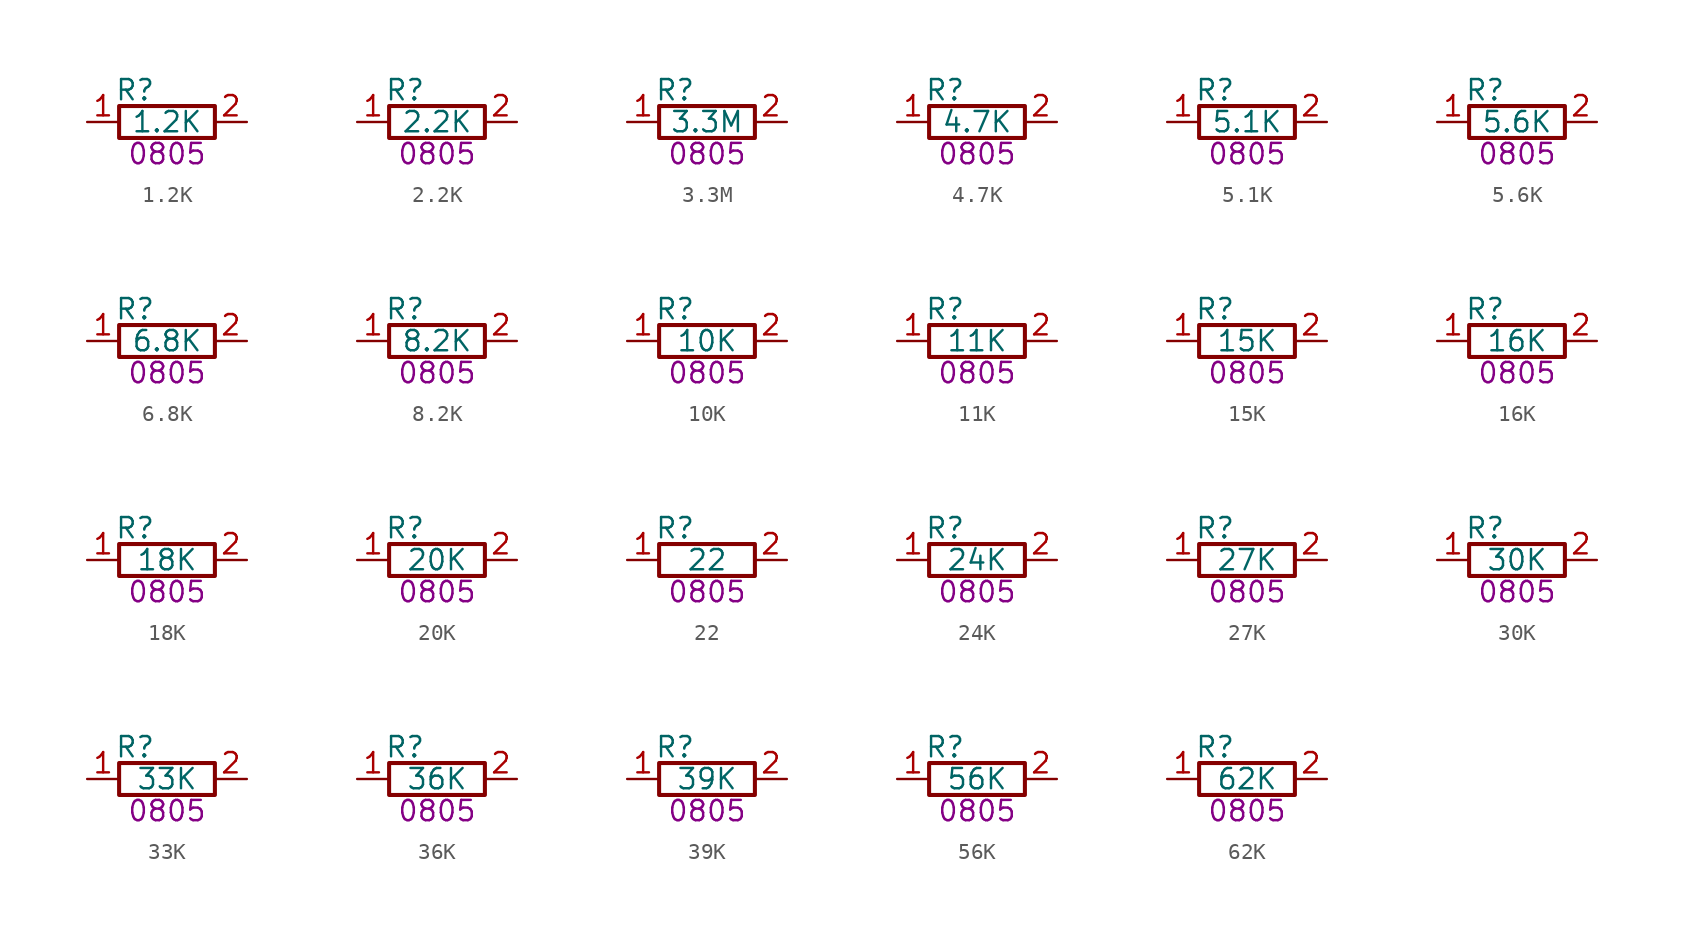
<source format=kicad_sym>
(kicad_symbol_lib
  (version 20211014)
  (generator kicad_symbol_editor)
  (symbol "1.2K"
    (property "Reference" "R"
      (at -2 1 0)
      (effects (font (size 1.27 1.27))))
    (property "Value" "1.2K"
      (at 0 -1 0)
      (effects (font (size 1.27 1.27))))
    (property "Size" "0805"
      (at 0 -3 0)
      (effects (font (size 1.27 1.27))))
    (symbol "1.2K_0_1"
      (rectangle (start -3 0) (end 3 -2) (stroke (width 0.254) (type default) (color 0 0 0 0)) (fill (type none))))
    (symbol "1.2K_1_1"
      (pin passive line (at -5 -1 0) (length 2) (name "~" (effects (font (size 1.27 1.27)))) (number "1" (effects (font (size 1.27 1.27)))))
      (pin passive line (at 5 -1 180) (length 2) (name "~" (effects (font (size 1.27 1.27)))) (number "2" (effects (font (size 1.27 1.27)))))))
  (symbol "2.2K"
    (property "Reference" "R"
      (at -2 1 0)
      (effects (font (size 1.27 1.27))))
    (property "Value" "2.2K"
      (at 0 -1 0)
      (effects (font (size 1.27 1.27))))
    (property "Size" "0805"
      (at 0 -3 0)
      (effects (font (size 1.27 1.27))))
    (symbol "2.2K_0_1"
      (rectangle (start -3 0) (end 3 -2) (stroke (width 0.254) (type default) (color 0 0 0 0)) (fill (type none))))
    (symbol "2.2K_1_1"
      (pin passive line (at -5 -1 0) (length 2) (name "~" (effects (font (size 1.27 1.27)))) (number "1" (effects (font (size 1.27 1.27)))))
      (pin passive line (at 5 -1 180) (length 2) (name "~" (effects (font (size 1.27 1.27)))) (number "2" (effects (font (size 1.27 1.27)))))))
  (symbol "3.3M"
    (property "Reference" "R"
      (at -2 1 0)
      (effects (font (size 1.27 1.27))))
    (property "Value" "3.3M"
      (at 0 -1 0)
      (effects (font (size 1.27 1.27))))
    (property "Size" "0805"
      (at 0 -3 0)
      (effects (font (size 1.27 1.27))))
    (symbol "3.3M_0_1"
      (rectangle (start -3 0) (end 3 -2) (stroke (width 0.254) (type default) (color 0 0 0 0)) (fill (type none))))
    (symbol "3.3M_1_1"
      (pin passive line (at -5 -1 0) (length 2) (name "~" (effects (font (size 1.27 1.27)))) (number "1" (effects (font (size 1.27 1.27)))))
      (pin passive line (at 5 -1 180) (length 2) (name "~" (effects (font (size 1.27 1.27)))) (number "2" (effects (font (size 1.27 1.27)))))))
  (symbol "4.7K"
    (property "Reference" "R"
      (at -2 1 0)
      (effects (font (size 1.27 1.27))))
    (property "Value" "4.7K"
      (at 0 -1 0)
      (effects (font (size 1.27 1.27))))
    (property "Size" "0805"
      (at 0 -3 0)
      (effects (font (size 1.27 1.27))))
    (symbol "4.7K_0_1"
      (rectangle (start -3 0) (end 3 -2) (stroke (width 0.254) (type default) (color 0 0 0 0)) (fill (type none))))
    (symbol "4.7K_1_1"
      (pin passive line (at -5 -1 0) (length 2) (name "~" (effects (font (size 1.27 1.27)))) (number "1" (effects (font (size 1.27 1.27)))))
      (pin passive line (at 5 -1 180) (length 2) (name "~" (effects (font (size 1.27 1.27)))) (number "2" (effects (font (size 1.27 1.27)))))))
  (symbol "5.1K"
    (property "Reference" "R"
      (at -2 1 0)
      (effects (font (size 1.27 1.27))))
    (property "Value" "5.1K"
      (at 0 -1 0)
      (effects (font (size 1.27 1.27))))
    (property "Size" "0805"
      (at 0 -3 0)
      (effects (font (size 1.27 1.27))))
    (symbol "5.1K_0_1"
      (rectangle (start -3 0) (end 3 -2) (stroke (width 0.254) (type default) (color 0 0 0 0)) (fill (type none))))
    (symbol "5.1K_1_1"
      (pin passive line (at -5 -1 0) (length 2) (name "~" (effects (font (size 1.27 1.27)))) (number "1" (effects (font (size 1.27 1.27)))))
      (pin passive line (at 5 -1 180) (length 2) (name "~" (effects (font (size 1.27 1.27)))) (number "2" (effects (font (size 1.27 1.27)))))))
  (symbol "5.6K"
    (property "Reference" "R"
      (at -2 1 0)
      (effects (font (size 1.27 1.27))))
    (property "Value" "5.6K"
      (at 0 -1 0)
      (effects (font (size 1.27 1.27))))
    (property "Size" "0805"
      (at 0 -3 0)
      (effects (font (size 1.27 1.27))))
    (symbol "5.6K_0_1"
      (rectangle (start -3 0) (end 3 -2) (stroke (width 0.254) (type default) (color 0 0 0 0)) (fill (type none))))
    (symbol "5.6K_1_1"
      (pin passive line (at -5 -1 0) (length 2) (name "~" (effects (font (size 1.27 1.27)))) (number "1" (effects (font (size 1.27 1.27)))))
      (pin passive line (at 5 -1 180) (length 2) (name "~" (effects (font (size 1.27 1.27)))) (number "2" (effects (font (size 1.27 1.27)))))))
  (symbol "6.8K"
    (property "Reference" "R"
      (at -2 1 0)
      (effects (font (size 1.27 1.27))))
    (property "Value" "6.8K"
      (at 0 -1 0)
      (effects (font (size 1.27 1.27))))
    (property "Size" "0805"
      (at 0 -3 0)
      (effects (font (size 1.27 1.27))))
    (symbol "6.8K_0_1"
      (rectangle (start -3 0) (end 3 -2) (stroke (width 0.254) (type default) (color 0 0 0 0)) (fill (type none))))
    (symbol "6.8K_1_1"
      (pin passive line (at -5 -1 0) (length 2) (name "~" (effects (font (size 1.27 1.27)))) (number "1" (effects (font (size 1.27 1.27)))))
      (pin passive line (at 5 -1 180) (length 2) (name "~" (effects (font (size 1.27 1.27)))) (number "2" (effects (font (size 1.27 1.27)))))))
  (symbol "8.2K"
    (property "Reference" "R"
      (at -2 1 0)
      (effects (font (size 1.27 1.27))))
    (property "Value" "8.2K"
      (at 0 -1 0)
      (effects (font (size 1.27 1.27))))
    (property "Size" "0805"
      (at 0 -3 0)
      (effects (font (size 1.27 1.27))))
    (symbol "8.2K_0_1"
      (rectangle (start -3 0) (end 3 -2) (stroke (width 0.254) (type default) (color 0 0 0 0)) (fill (type none))))
    (symbol "8.2K_1_1"
      (pin passive line (at -5 -1 0) (length 2) (name "~" (effects (font (size 1.27 1.27)))) (number "1" (effects (font (size 1.27 1.27)))))
      (pin passive line (at 5 -1 180) (length 2) (name "~" (effects (font (size 1.27 1.27)))) (number "2" (effects (font (size 1.27 1.27)))))))
  (symbol "10K"
    (property "Reference" "R"
      (at -2 1 0)
      (effects (font (size 1.27 1.27))))
    (property "Value" "10K"
      (at 0 -1 0)
      (effects (font (size 1.27 1.27))))
    (property "Size" "0805"
      (at 0 -3 0)
      (effects (font (size 1.27 1.27))))
    (symbol "10K_0_1"
      (rectangle (start -3 0) (end 3 -2) (stroke (width 0.254) (type default) (color 0 0 0 0)) (fill (type none))))
    (symbol "10K_1_1"
      (pin passive line (at -5 -1 0) (length 2) (name "~" (effects (font (size 1.27 1.27)))) (number "1" (effects (font (size 1.27 1.27)))))
      (pin passive line (at 5 -1 180) (length 2) (name "~" (effects (font (size 1.27 1.27)))) (number "2" (effects (font (size 1.27 1.27)))))))
  (symbol "11K"
    (property "Reference" "R"
      (at -2 1 0)
      (effects (font (size 1.27 1.27))))
    (property "Value" "11K"
      (at 0 -1 0)
      (effects (font (size 1.27 1.27))))
    (property "Size" "0805"
      (at 0 -3 0)
      (effects (font (size 1.27 1.27))))
    (symbol "11K_0_1"
      (rectangle (start -3 0) (end 3 -2) (stroke (width 0.254) (type default) (color 0 0 0 0)) (fill (type none))))
    (symbol "11K_1_1"
      (pin passive line (at -5 -1 0) (length 2) (name "~" (effects (font (size 1.27 1.27)))) (number "1" (effects (font (size 1.27 1.27)))))
      (pin passive line (at 5 -1 180) (length 2) (name "~" (effects (font (size 1.27 1.27)))) (number "2" (effects (font (size 1.27 1.27)))))))
  (symbol "15K"
    (property "Reference" "R"
      (at -2 1 0)
      (effects (font (size 1.27 1.27))))
    (property "Value" "15K"
      (at 0 -1 0)
      (effects (font (size 1.27 1.27))))
    (property "Size" "0805"
      (at 0 -3 0)
      (effects (font (size 1.27 1.27))))
    (symbol "15K_0_1"
      (rectangle (start -3 0) (end 3 -2) (stroke (width 0.254) (type default) (color 0 0 0 0)) (fill (type none))))
    (symbol "15K_1_1"
      (pin passive line (at -5 -1 0) (length 2) (name "~" (effects (font (size 1.27 1.27)))) (number "1" (effects (font (size 1.27 1.27)))))
      (pin passive line (at 5 -1 180) (length 2) (name "~" (effects (font (size 1.27 1.27)))) (number "2" (effects (font (size 1.27 1.27)))))))
  (symbol "16K"
    (property "Reference" "R"
      (at -2 1 0)
      (effects (font (size 1.27 1.27))))
    (property "Value" "16K"
      (at 0 -1 0)
      (effects (font (size 1.27 1.27))))
    (property "Size" "0805"
      (at 0 -3 0)
      (effects (font (size 1.27 1.27))))
    (symbol "16K_0_1"
      (rectangle (start -3 0) (end 3 -2) (stroke (width 0.254) (type default) (color 0 0 0 0)) (fill (type none))))
    (symbol "16K_1_1"
      (pin passive line (at -5 -1 0) (length 2) (name "~" (effects (font (size 1.27 1.27)))) (number "1" (effects (font (size 1.27 1.27)))))
      (pin passive line (at 5 -1 180) (length 2) (name "~" (effects (font (size 1.27 1.27)))) (number "2" (effects (font (size 1.27 1.27)))))))
  (symbol "18K"
    (property "Reference" "R"
      (at -2 1 0)
      (effects (font (size 1.27 1.27))))
    (property "Value" "18K"
      (at 0 -1 0)
      (effects (font (size 1.27 1.27))))
    (property "Size" "0805"
      (at 0 -3 0)
      (effects (font (size 1.27 1.27))))
    (symbol "18K_0_1"
      (rectangle (start -3 0) (end 3 -2) (stroke (width 0.254) (type default) (color 0 0 0 0)) (fill (type none))))
    (symbol "18K_1_1"
      (pin passive line (at -5 -1 0) (length 2) (name "~" (effects (font (size 1.27 1.27)))) (number "1" (effects (font (size 1.27 1.27)))))
      (pin passive line (at 5 -1 180) (length 2) (name "~" (effects (font (size 1.27 1.27)))) (number "2" (effects (font (size 1.27 1.27)))))))
  (symbol "20K"
    (property "Reference" "R"
      (at -2 1 0)
      (effects (font (size 1.27 1.27))))
    (property "Value" "20K"
      (at 0 -1 0)
      (effects (font (size 1.27 1.27))))
    (property "Size" "0805"
      (at 0 -3 0)
      (effects (font (size 1.27 1.27))))
    (symbol "20K_0_1"
      (rectangle (start -3 0) (end 3 -2) (stroke (width 0.254) (type default) (color 0 0 0 0)) (fill (type none))))
    (symbol "20K_1_1"
      (pin passive line (at -5 -1 0) (length 2) (name "~" (effects (font (size 1.27 1.27)))) (number "1" (effects (font (size 1.27 1.27)))))
      (pin passive line (at 5 -1 180) (length 2) (name "~" (effects (font (size 1.27 1.27)))) (number "2" (effects (font (size 1.27 1.27)))))))
  (symbol "22"
    (property "Reference" "R"
      (at -2 1 0)
      (effects (font (size 1.27 1.27))))
    (property "Value" "22"
      (at 0 -1 0)
      (effects (font (size 1.27 1.27))))
    (property "Size" "0805"
      (at 0 -3 0)
      (effects (font (size 1.27 1.27))))
    (symbol "22_0_1"
      (rectangle (start -3 0) (end 3 -2) (stroke (width 0.254) (type default) (color 0 0 0 0)) (fill (type none))))
    (symbol "22_1_1"
      (pin passive line (at -5 -1 0) (length 2) (name "~" (effects (font (size 1.27 1.27)))) (number "1" (effects (font (size 1.27 1.27)))))
      (pin passive line (at 5 -1 180) (length 2) (name "~" (effects (font (size 1.27 1.27)))) (number "2" (effects (font (size 1.27 1.27)))))))
  (symbol "24K"
    (property "Reference" "R"
      (at -2 1 0)
      (effects (font (size 1.27 1.27))))
    (property "Value" "24K"
      (at 0 -1 0)
      (effects (font (size 1.27 1.27))))
    (property "Size" "0805"
      (at 0 -3 0)
      (effects (font (size 1.27 1.27))))
    (symbol "24K_0_1"
      (rectangle (start -3 0) (end 3 -2) (stroke (width 0.254) (type default) (color 0 0 0 0)) (fill (type none))))
    (symbol "24K_1_1"
      (pin passive line (at -5 -1 0) (length 2) (name "~" (effects (font (size 1.27 1.27)))) (number "1" (effects (font (size 1.27 1.27)))))
      (pin passive line (at 5 -1 180) (length 2) (name "~" (effects (font (size 1.27 1.27)))) (number "2" (effects (font (size 1.27 1.27)))))))
  (symbol "27K"
    (property "Reference" "R"
      (at -2 1 0)
      (effects (font (size 1.27 1.27))))
    (property "Value" "27K"
      (at 0 -1 0)
      (effects (font (size 1.27 1.27))))
    (property "Size" "0805"
      (at 0 -3 0)
      (effects (font (size 1.27 1.27))))
    (symbol "27K_0_1"
      (rectangle (start -3 0) (end 3 -2) (stroke (width 0.254) (type default) (color 0 0 0 0)) (fill (type none))))
    (symbol "27K_1_1"
      (pin passive line (at -5 -1 0) (length 2) (name "~" (effects (font (size 1.27 1.27)))) (number "1" (effects (font (size 1.27 1.27)))))
      (pin passive line (at 5 -1 180) (length 2) (name "~" (effects (font (size 1.27 1.27)))) (number "2" (effects (font (size 1.27 1.27)))))))
  (symbol "30K"
    (property "Reference" "R"
      (at -2 1 0)
      (effects (font (size 1.27 1.27))))
    (property "Value" "30K"
      (at 0 -1 0)
      (effects (font (size 1.27 1.27))))
    (property "Size" "0805"
      (at 0 -3 0)
      (effects (font (size 1.27 1.27))))
    (symbol "30K_0_1"
      (rectangle (start -3 0) (end 3 -2) (stroke (width 0.254) (type default) (color 0 0 0 0)) (fill (type none))))
    (symbol "30K_1_1"
      (pin passive line (at -5 -1 0) (length 2) (name "~" (effects (font (size 1.27 1.27)))) (number "1" (effects (font (size 1.27 1.27)))))
      (pin passive line (at 5 -1 180) (length 2) (name "~" (effects (font (size 1.27 1.27)))) (number "2" (effects (font (size 1.27 1.27)))))))
  (symbol "33K"
    (property "Reference" "R"
      (at -2 1 0)
      (effects (font (size 1.27 1.27))))
    (property "Value" "33K"
      (at 0 -1 0)
      (effects (font (size 1.27 1.27))))
    (property "Size" "0805"
      (at 0 -3 0)
      (effects (font (size 1.27 1.27))))
    (symbol "33K_0_1"
      (rectangle (start -3 0) (end 3 -2) (stroke (width 0.254) (type default) (color 0 0 0 0)) (fill (type none))))
    (symbol "33K_1_1"
      (pin passive line (at -5 -1 0) (length 2) (name "~" (effects (font (size 1.27 1.27)))) (number "1" (effects (font (size 1.27 1.27)))))
      (pin passive line (at 5 -1 180) (length 2) (name "~" (effects (font (size 1.27 1.27)))) (number "2" (effects (font (size 1.27 1.27)))))))
  (symbol "36K"
    (property "Reference" "R"
      (at -2 1 0)
      (effects (font (size 1.27 1.27))))
    (property "Value" "36K"
      (at 0 -1 0)
      (effects (font (size 1.27 1.27))))
    (property "Size" "0805"
      (at 0 -3 0)
      (effects (font (size 1.27 1.27))))
    (symbol "36K_0_1"
      (rectangle (start -3 0) (end 3 -2) (stroke (width 0.254) (type default) (color 0 0 0 0)) (fill (type none))))
    (symbol "36K_1_1"
      (pin passive line (at -5 -1 0) (length 2) (name "~" (effects (font (size 1.27 1.27)))) (number "1" (effects (font (size 1.27 1.27)))))
      (pin passive line (at 5 -1 180) (length 2) (name "~" (effects (font (size 1.27 1.27)))) (number "2" (effects (font (size 1.27 1.27)))))))
  (symbol "39K"
    (property "Reference" "R"
      (at -2 1 0)
      (effects (font (size 1.27 1.27))))
    (property "Value" "39K"
      (at 0 -1 0)
      (effects (font (size 1.27 1.27))))
    (property "Size" "0805"
      (at 0 -3 0)
      (effects (font (size 1.27 1.27))))
    (symbol "39K_0_1"
      (rectangle (start -3 0) (end 3 -2) (stroke (width 0.254) (type default) (color 0 0 0 0)) (fill (type none))))
    (symbol "39K_1_1"
      (pin passive line (at -5 -1 0) (length 2) (name "~" (effects (font (size 1.27 1.27)))) (number "1" (effects (font (size 1.27 1.27)))))
      (pin passive line (at 5 -1 180) (length 2) (name "~" (effects (font (size 1.27 1.27)))) (number "2" (effects (font (size 1.27 1.27)))))))
  (symbol "56K"
    (property "Reference" "R"
      (at -2 1 0)
      (effects (font (size 1.27 1.27))))
    (property "Value" "56K"
      (at 0 -1 0)
      (effects (font (size 1.27 1.27))))
    (property "Size" "0805"
      (at 0 -3 0)
      (effects (font (size 1.27 1.27))))
    (symbol "56K_0_1"
      (rectangle (start -3 0) (end 3 -2) (stroke (width 0.254) (type default) (color 0 0 0 0)) (fill (type none))))
    (symbol "56K_1_1"
      (pin passive line (at -5 -1 0) (length 2) (name "~" (effects (font (size 1.27 1.27)))) (number "1" (effects (font (size 1.27 1.27)))))
      (pin passive line (at 5 -1 180) (length 2) (name "~" (effects (font (size 1.27 1.27)))) (number "2" (effects (font (size 1.27 1.27)))))))
  (symbol "62K"
    (property "Reference" "R"
      (at -2 1 0)
      (effects (font (size 1.27 1.27))))
    (property "Value" "62K"
      (at 0 -1 0)
      (effects (font (size 1.27 1.27))))
    (property "Size" "0805"
      (at 0 -3 0)
      (effects (font (size 1.27 1.27))))
    (symbol "62K_0_1"
      (rectangle (start -3 0) (end 3 -2) (stroke (width 0.254) (type default) (color 0 0 0 0)) (fill (type none))))
    (symbol "62K_1_1"
      (pin passive line (at -5 -1 0) (length 2) (name "~" (effects (font (size 1.27 1.27)))) (number "1" (effects (font (size 1.27 1.27)))))
      (pin passive line (at 5 -1 180) (length 2) (name "~" (effects (font (size 1.27 1.27)))) (number "2" (effects (font (size 1.27 1.27))))))))
</source>
